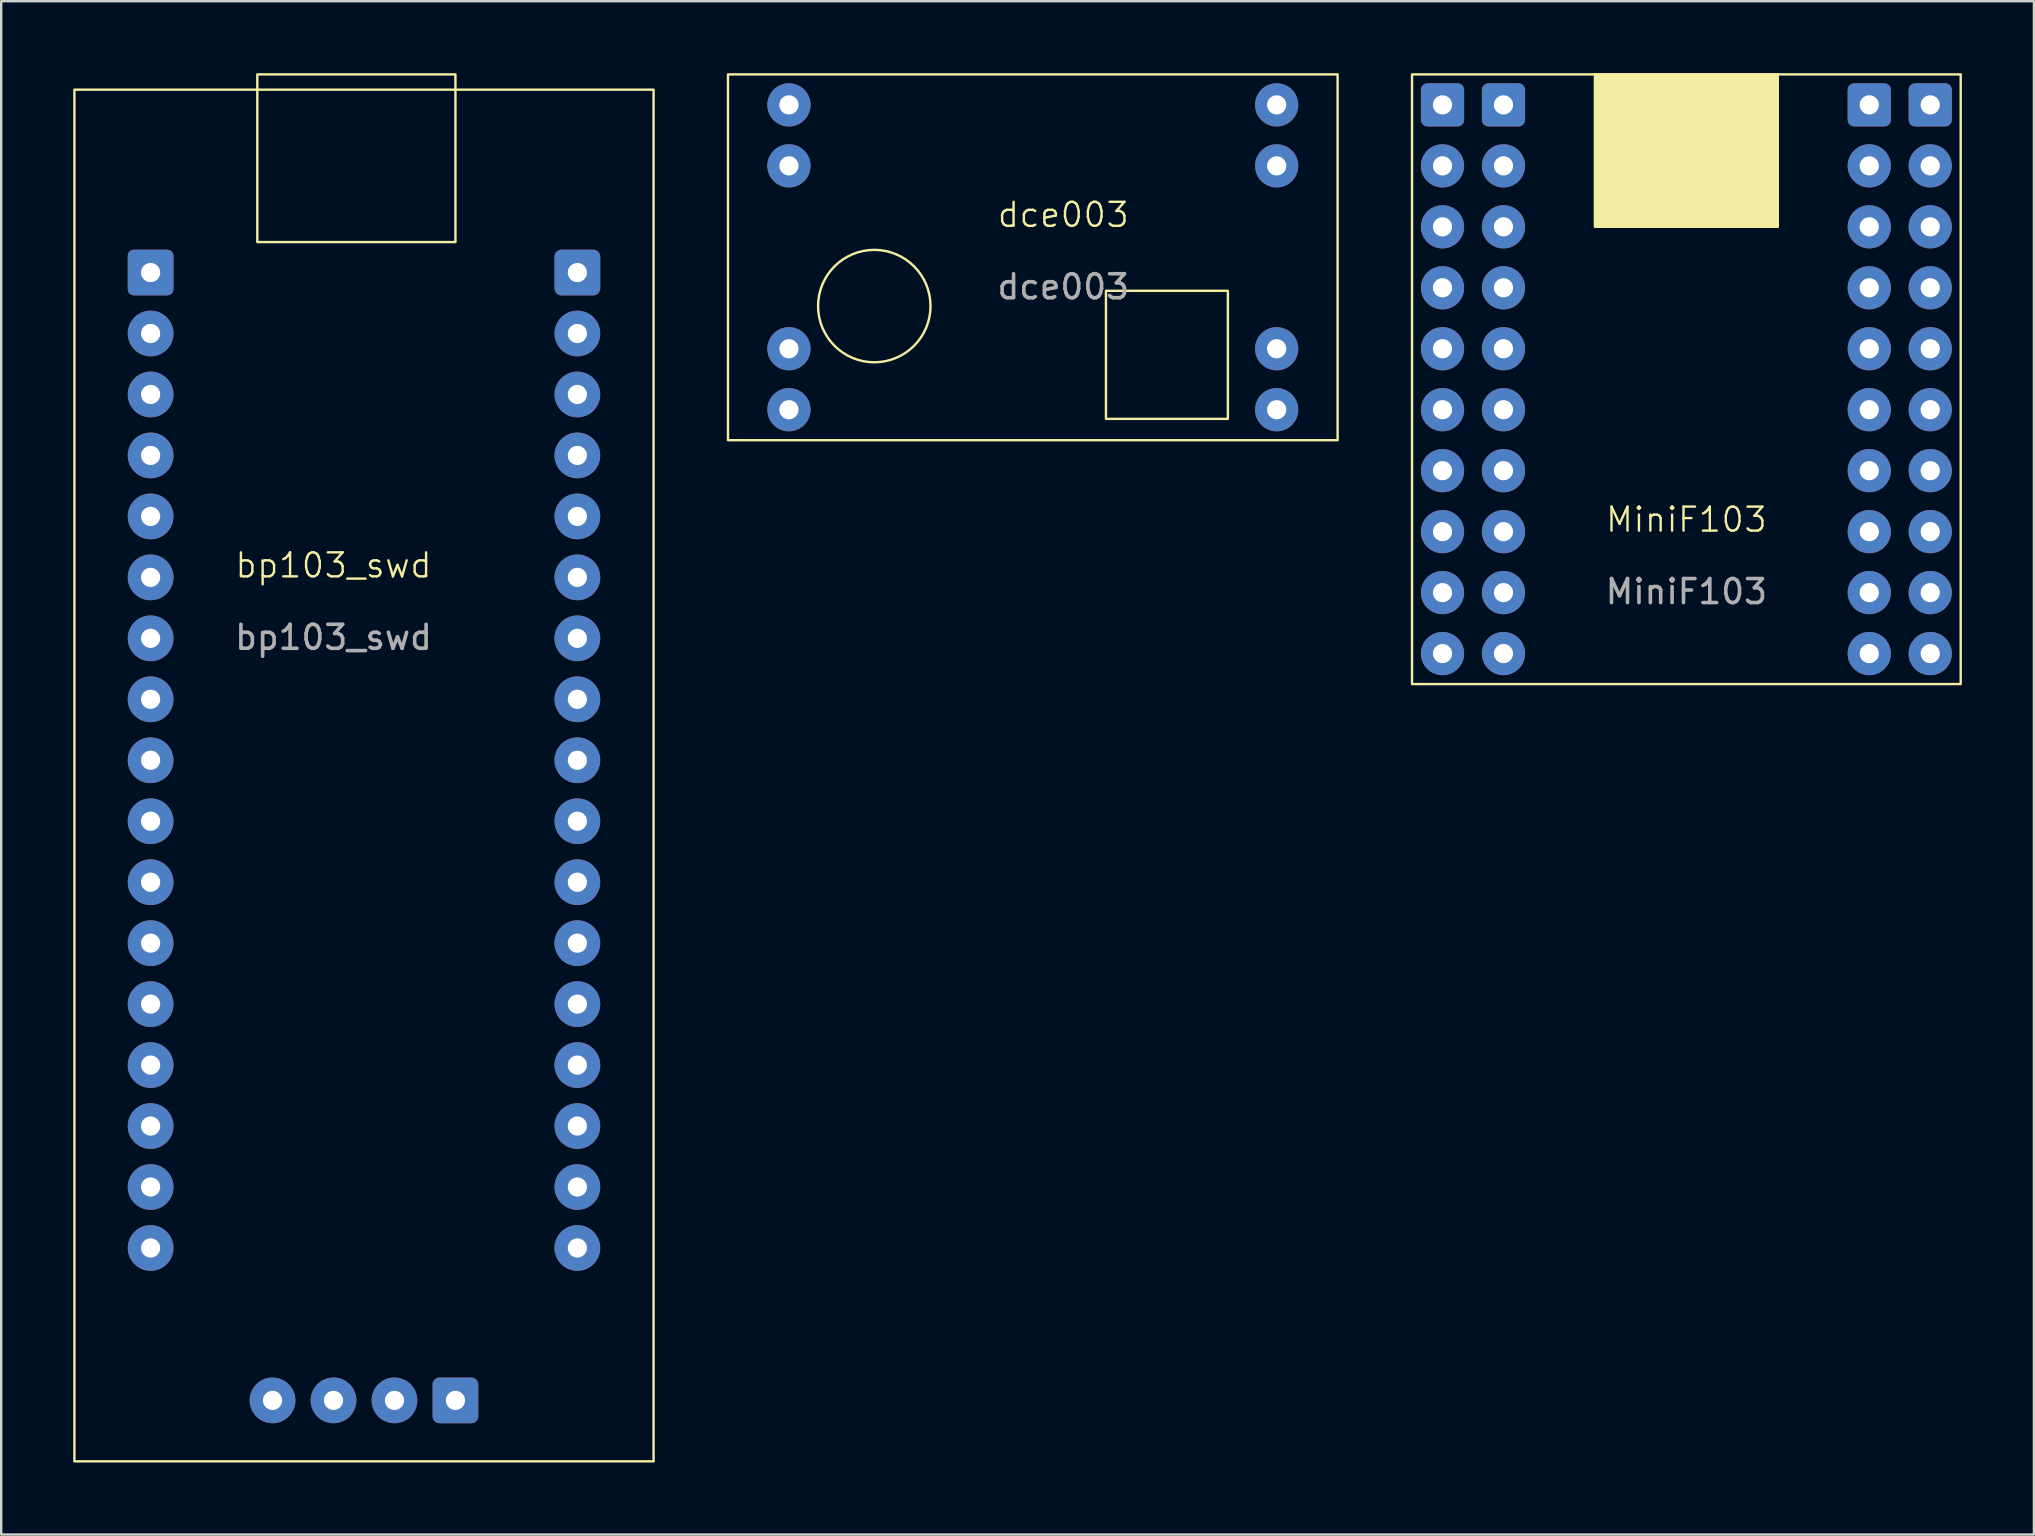
<source format=kicad_pcb>
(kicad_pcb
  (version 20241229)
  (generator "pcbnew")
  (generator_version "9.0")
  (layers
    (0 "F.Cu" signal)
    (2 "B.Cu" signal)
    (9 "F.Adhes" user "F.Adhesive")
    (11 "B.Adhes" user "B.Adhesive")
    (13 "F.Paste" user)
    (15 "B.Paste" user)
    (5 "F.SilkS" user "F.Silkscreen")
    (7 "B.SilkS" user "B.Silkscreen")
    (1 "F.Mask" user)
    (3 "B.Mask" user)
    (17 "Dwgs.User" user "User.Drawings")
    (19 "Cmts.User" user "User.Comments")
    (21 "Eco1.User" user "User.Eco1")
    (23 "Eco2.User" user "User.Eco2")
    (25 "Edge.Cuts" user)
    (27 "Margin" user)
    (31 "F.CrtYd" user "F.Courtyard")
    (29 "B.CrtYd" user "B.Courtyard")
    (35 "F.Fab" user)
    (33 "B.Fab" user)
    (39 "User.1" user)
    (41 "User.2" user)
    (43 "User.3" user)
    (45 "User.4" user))
  (footprint "MiniF103"
    (layer "F.Cu")
    (at 67.21 11.48)
    (property "Reference" "MiniF103" (at 0 7.12 0) (unlocked yes) (layer "F.SilkS") (effects (font (size 1 1) (thickness 0.1))))
    (attr smd)
    (fp_rect (start -11.43 -11.43) (end 11.43 13.97) (stroke (width 0.1) (type default)) (fill no) (layer "F.SilkS"))
    (fp_rect (start -3.81 -11.43) (end 3.81 -5.08) (stroke (width 0.1) (type solid)) (fill yes) (layer "F.SilkS"))
    (fp_text user "${REFERENCE}" (at 0 10.12 0) (unlocked yes) (layer "F.Fab") (effects (font (size 1 1) (thickness 0.15))))
    (pad "1" thru_hole roundrect (at 10.16 -10.16) (size 1.8 1.8) (drill 0.8) (layers "*.Cu" "*.Mask") (roundrect_rratio 0.15))
    (pad "2" thru_hole circle (at 10.16 -7.62) (size 1.8 1.8) (drill 0.8) (layers "*.Cu" "*.Mask"))
    (pad "3" thru_hole circle (at 10.16 -5.08) (size 1.8 1.8) (drill 0.8) (layers "*.Cu" "*.Mask"))
    (pad "4" thru_hole circle (at 10.16 -2.54) (size 1.8 1.8) (drill 0.8) (layers "*.Cu" "*.Mask"))
    (pad "5" thru_hole circle (at 10.16 0) (size 1.8 1.8) (drill 0.8) (layers "*.Cu" "*.Mask"))
    (pad "6" thru_hole circle (at 10.16 2.54) (size 1.8 1.8) (drill 0.8) (layers "*.Cu" "*.Mask"))
    (pad "7" thru_hole circle (at 10.16 5.08) (size 1.8 1.8) (drill 0.8) (layers "*.Cu" "*.Mask"))
    (pad "8" thru_hole circle (at 10.16 7.62) (size 1.8 1.8) (drill 0.8) (layers "*.Cu" "*.Mask"))
    (pad "9" thru_hole circle (at 10.16 10.16) (size 1.8 1.8) (drill 0.8) (layers "*.Cu" "*.Mask"))
    (pad "10" thru_hole circle (at 10.16 12.7) (size 1.8 1.8) (drill 0.8) (layers "*.Cu" "*.Mask"))
    (pad "11" thru_hole roundrect (at 7.62 -10.16) (size 1.8 1.8) (drill 0.8) (layers "*.Cu" "*.Mask") (roundrect_rratio 0.15))
    (pad "12" thru_hole circle (at 7.62 -7.62) (size 1.8 1.8) (drill 0.8) (layers "*.Cu" "*.Mask"))
    (pad "13" thru_hole circle (at 7.62 -5.08) (size 1.8 1.8) (drill 0.8) (layers "*.Cu" "*.Mask"))
    (pad "14" thru_hole circle (at 7.62 -2.54) (size 1.8 1.8) (drill 0.8) (layers "*.Cu" "*.Mask"))
    (pad "15" thru_hole circle (at 7.62 0) (size 1.8 1.8) (drill 0.8) (layers "*.Cu" "*.Mask"))
    (pad "16" thru_hole circle (at 7.62 2.54) (size 1.8 1.8) (drill 0.8) (layers "*.Cu" "*.Mask"))
    (pad "17" thru_hole circle (at 7.62 5.08) (size 1.8 1.8) (drill 0.8) (layers "*.Cu" "*.Mask"))
    (pad "17" thru_hole circle (at 7.62 7.62) (size 1.8 1.8) (drill 0.8) (layers "*.Cu" "*.Mask"))
    (pad "19" thru_hole circle (at 7.62 10.16) (size 1.8 1.8) (drill 0.8) (layers "*.Cu" "*.Mask"))
    (pad "20" thru_hole circle (at 7.62 12.7) (size 1.8 1.8) (drill 0.8) (layers "*.Cu" "*.Mask"))
    (pad "21" thru_hole roundrect (at -10.16 -10.16) (size 1.8 1.8) (drill 0.8) (layers "*.Cu" "*.Mask") (roundrect_rratio 0.15))
    (pad "22" thru_hole circle (at -10.16 -7.62) (size 1.8 1.8) (drill 0.8) (layers "*.Cu" "*.Mask"))
    (pad "23" thru_hole circle (at -10.16 -5.08) (size 1.8 1.8) (drill 0.8) (layers "*.Cu" "*.Mask"))
    (pad "24" thru_hole circle (at -10.16 -2.54) (size 1.8 1.8) (drill 0.8) (layers "*.Cu" "*.Mask"))
    (pad "25" thru_hole circle (at -10.16 0) (size 1.8 1.8) (drill 0.8) (layers "*.Cu" "*.Mask"))
    (pad "26" thru_hole circle (at -10.16 2.54) (size 1.8 1.8) (drill 0.8) (layers "*.Cu" "*.Mask"))
    (pad "27" thru_hole circle (at -10.16 5.08) (size 1.8 1.8) (drill 0.8) (layers "*.Cu" "*.Mask"))
    (pad "28" thru_hole circle (at -10.16 7.62) (size 1.8 1.8) (drill 0.8) (layers "*.Cu" "*.Mask"))
    (pad "29" thru_hole circle (at -10.16 10.16) (size 1.8 1.8) (drill 0.8) (layers "*.Cu" "*.Mask"))
    (pad "30" thru_hole circle (at -10.16 12.7) (size 1.8 1.8) (drill 0.8) (layers "*.Cu" "*.Mask"))
    (pad "31" thru_hole roundrect (at -7.62 -10.16) (size 1.8 1.8) (drill 0.8) (layers "*.Cu" "*.Mask") (roundrect_rratio 0.15))
    (pad "32" thru_hole circle (at -7.62 -7.62) (size 1.8 1.8) (drill 0.8) (layers "*.Cu" "*.Mask"))
    (pad "33" thru_hole circle (at -7.62 -5.08) (size 1.8 1.8) (drill 0.8) (layers "*.Cu" "*.Mask"))
    (pad "34" thru_hole circle (at -7.62 -2.54) (size 1.8 1.8) (drill 0.8) (layers "*.Cu" "*.Mask"))
    (pad "35" thru_hole circle (at -7.62 0) (size 1.8 1.8) (drill 0.8) (layers "*.Cu" "*.Mask"))
    (pad "36" thru_hole circle (at -7.62 2.54) (size 1.8 1.8) (drill 0.8) (layers "*.Cu" "*.Mask"))
    (pad "37" thru_hole circle (at -7.62 5.08) (size 1.8 1.8) (drill 0.8) (layers "*.Cu" "*.Mask"))
    (pad "38" thru_hole circle (at -7.62 7.62) (size 1.8 1.8) (drill 0.8) (layers "*.Cu" "*.Mask"))
    (pad "39" thru_hole circle (at -7.62 10.16) (size 1.8 1.8) (drill 0.8) (layers "*.Cu" "*.Mask"))
    (pad "40" thru_hole circle (at -7.62 12.7) (size 1.8 1.8) (drill 0.8) (layers "*.Cu" "*.Mask")))
  (footprint "dce003"
    (layer "F.Cu")
    (at 41.25 6.4)
    (property "Reference" "dce003" (at 0 -0.5 0) (unlocked yes) (layer "F.SilkS") (effects (font (size 1 1) (thickness 0.1))))
    (attr through_hole)
    (fp_rect (start -13.97 -6.35) (end 11.43 8.89) (stroke (width 0.1) (type default)) (fill no) (layer "F.SilkS"))
    (fp_rect (start 1.778 2.667) (end 6.858 8.001) (stroke (width 0.1) (type default)) (fill no) (layer "F.SilkS"))
    (fp_circle (center -7.874 3.302) (end -6.35 5.08) (stroke (width 0.1) (type default)) (fill no) (layer "F.SilkS"))
    (fp_text user "${REFERENCE}" (at 0 2.5 0) (unlocked yes) (layer "F.Fab") (effects (font (size 1 1) (thickness 0.15))))
    (pad "1" thru_hole circle (at -11.43 -5.08) (size 1.8 1.8) (drill 0.8) (layers "*.Cu" "*.Mask"))
    (pad "2" thru_hole circle (at -11.43 -2.54) (size 1.8 1.8) (drill 0.8) (layers "*.Cu" "*.Mask"))
    (pad "3" thru_hole circle (at -11.43 5.08) (size 1.8 1.8) (drill 0.8) (layers "*.Cu" "*.Mask"))
    (pad "4" thru_hole circle (at -11.43 7.62) (size 1.8 1.8) (drill 0.8) (layers "*.Cu" "*.Mask"))
    (pad "5" thru_hole circle (at 8.89 -5.08) (size 1.8 1.8) (drill 0.8) (layers "*.Cu" "*.Mask"))
    (pad "6" thru_hole circle (at 8.89 -2.54) (size 1.8 1.8) (drill 0.8) (layers "*.Cu" "*.Mask"))
    (pad "7" thru_hole circle (at 8.89 5.08) (size 1.8 1.8) (drill 0.8) (layers "*.Cu" "*.Mask"))
    (pad "8" thru_hole circle (at 8.89 7.62) (size 1.8 1.8) (drill 0.8) (layers "*.Cu" "*.Mask")))
  (footprint "bp103_swd"
    (layer "F.Cu")
    (at 12.115 23.545)
    (property "Reference" "bp103_swd" (at -1.27 -3.04 0) (unlocked yes) (layer "F.SilkS") (effects (font (size 1 1) (thickness 0.1))))
    (attr through_hole)
    (fp_rect (start -12.065 -22.86) (end 12.065 34.29) (stroke (width 0.1) (type default)) (fill no) (layer "F.SilkS"))
    (fp_rect (start -4.445 -23.495) (end 3.81 -16.51) (stroke (width 0.1) (type default)) (fill no) (layer "F.SilkS"))
    (fp_text user "${REFERENCE}" (at -1.27 -0.04 0) (unlocked yes) (layer "F.Fab") (effects (font (size 1 1) (thickness 0.15))))
    (pad "1" thru_hole roundrect (at 8.89 -15.24) (size 1.905 1.905) (drill 0.8) (layers "*.Cu" "*.Mask") (roundrect_rratio 0.15))
    (pad "2" thru_hole circle (at 8.89 -12.7) (size 1.905 1.905) (drill 0.8) (layers "*.Cu" "*.Mask"))
    (pad "3" thru_hole circle (at 8.89 -10.16) (size 1.905 1.905) (drill 0.8) (layers "*.Cu" "*.Mask"))
    (pad "4" thru_hole circle (at 8.89 -7.62) (size 1.905 1.905) (drill 0.8) (layers "*.Cu" "*.Mask"))
    (pad "5" thru_hole circle (at 8.89 -5.08) (size 1.905 1.905) (drill 0.8) (layers "*.Cu" "*.Mask"))
    (pad "6" thru_hole circle (at 8.89 -2.54) (size 1.905 1.905) (drill 0.8) (layers "*.Cu" "*.Mask"))
    (pad "7" thru_hole circle (at 8.89 0) (size 1.905 1.905) (drill 0.8) (layers "*.Cu" "*.Mask"))
    (pad "8" thru_hole circle (at 8.89 2.54) (size 1.905 1.905) (drill 0.8) (layers "*.Cu" "*.Mask"))
    (pad "9" thru_hole circle (at 8.89 5.08) (size 1.905 1.905) (drill 0.8) (layers "*.Cu" "*.Mask"))
    (pad "10" thru_hole circle (at 8.89 7.62) (size 1.905 1.905) (drill 0.8) (layers "*.Cu" "*.Mask"))
    (pad "11" thru_hole circle (at 8.89 10.16) (size 1.905 1.905) (drill 0.8) (layers "*.Cu" "*.Mask"))
    (pad "12" thru_hole circle (at 8.89 12.7) (size 1.905 1.905) (drill 0.8) (layers "*.Cu" "*.Mask"))
    (pad "13" thru_hole circle (at 8.89 15.24) (size 1.905 1.905) (drill 0.8) (layers "*.Cu" "*.Mask"))
    (pad "14" thru_hole circle (at 8.89 17.78) (size 1.905 1.905) (drill 0.8) (layers "*.Cu" "*.Mask"))
    (pad "15" thru_hole circle (at 8.89 20.32) (size 1.905 1.905) (drill 0.8) (layers "*.Cu" "*.Mask"))
    (pad "16" thru_hole circle (at 8.89 22.86) (size 1.905 1.905) (drill 0.8) (layers "*.Cu" "*.Mask"))
    (pad "17" thru_hole circle (at 8.89 25.4) (size 1.905 1.905) (drill 0.8) (layers "*.Cu" "*.Mask"))
    (pad "18" thru_hole roundrect (at -8.89 -15.24) (size 1.905 1.905) (drill 0.8) (layers "*.Cu" "*.Mask") (roundrect_rratio 0.131))
    (pad "19" thru_hole circle (at -8.89 -12.7) (size 1.905 1.905) (drill 0.8) (layers "*.Cu" "*.Mask"))
    (pad "20" thru_hole circle (at -8.89 -10.16) (size 1.905 1.905) (drill 0.8) (layers "*.Cu" "*.Mask"))
    (pad "21" thru_hole circle (at -8.89 -7.62) (size 1.905 1.905) (drill 0.8) (layers "*.Cu" "*.Mask"))
    (pad "22" thru_hole circle (at -8.89 -5.08) (size 1.905 1.905) (drill 0.8) (layers "*.Cu" "*.Mask"))
    (pad "23" thru_hole circle (at -8.89 -2.54) (size 1.905 1.905) (drill 0.8) (layers "*.Cu" "*.Mask"))
    (pad "24" thru_hole circle (at -8.89 0) (size 1.905 1.905) (drill 0.8) (layers "*.Cu" "*.Mask"))
    (pad "25" thru_hole circle (at -8.89 2.54) (size 1.905 1.905) (drill 0.8) (layers "*.Cu" "*.Mask"))
    (pad "26" thru_hole circle (at -8.89 5.08) (size 1.905 1.905) (drill 0.8) (layers "*.Cu" "*.Mask"))
    (pad "27" thru_hole circle (at -8.89 7.62) (size 1.905 1.905) (drill 0.8) (layers "*.Cu" "*.Mask"))
    (pad "28" thru_hole circle (at -8.89 10.16) (size 1.905 1.905) (drill 0.8) (layers "*.Cu" "*.Mask"))
    (pad "29" thru_hole circle (at -8.89 12.7) (size 1.905 1.905) (drill 0.8) (layers "*.Cu" "*.Mask"))
    (pad "30" thru_hole circle (at -8.89 15.24) (size 1.905 1.905) (drill 0.8) (layers "*.Cu" "*.Mask"))
    (pad "31" thru_hole circle (at -8.89 17.78) (size 1.905 1.905) (drill 0.8) (layers "*.Cu" "*.Mask"))
    (pad "32" thru_hole circle (at -8.89 20.32) (size 1.905 1.905) (drill 0.8) (layers "*.Cu" "*.Mask"))
    (pad "33" thru_hole circle (at -8.89 22.86) (size 1.905 1.905) (drill 0.8) (layers "*.Cu" "*.Mask"))
    (pad "34" thru_hole circle (at -8.89 25.4) (size 1.905 1.905) (drill 0.8) (layers "*.Cu" "*.Mask"))
    (pad "35" thru_hole roundrect (at 3.81 31.75 270) (size 1.905 1.905) (drill 0.8) (layers "*.Cu" "*.Mask") (roundrect_rratio 0.15))
    (pad "36" thru_hole circle (at 1.27 31.75 270) (size 1.905 1.905) (drill 0.8) (layers "*.Cu" "*.Mask"))
    (pad "37" thru_hole circle (at -1.27 31.75 270) (size 1.905 1.905) (drill 0.8) (layers "*.Cu" "*.Mask"))
    (pad "38" thru_hole circle (at -3.81 31.75 270) (size 1.905 1.905) (drill 0.8) (layers "*.Cu" "*.Mask")))
  (gr_rect
    (start -3 -3)
    (end 81.69 60.885)
    (stroke (width 0.1) (type default))
    (fill no)
    (layer "Edge.Cuts")))
</source>
